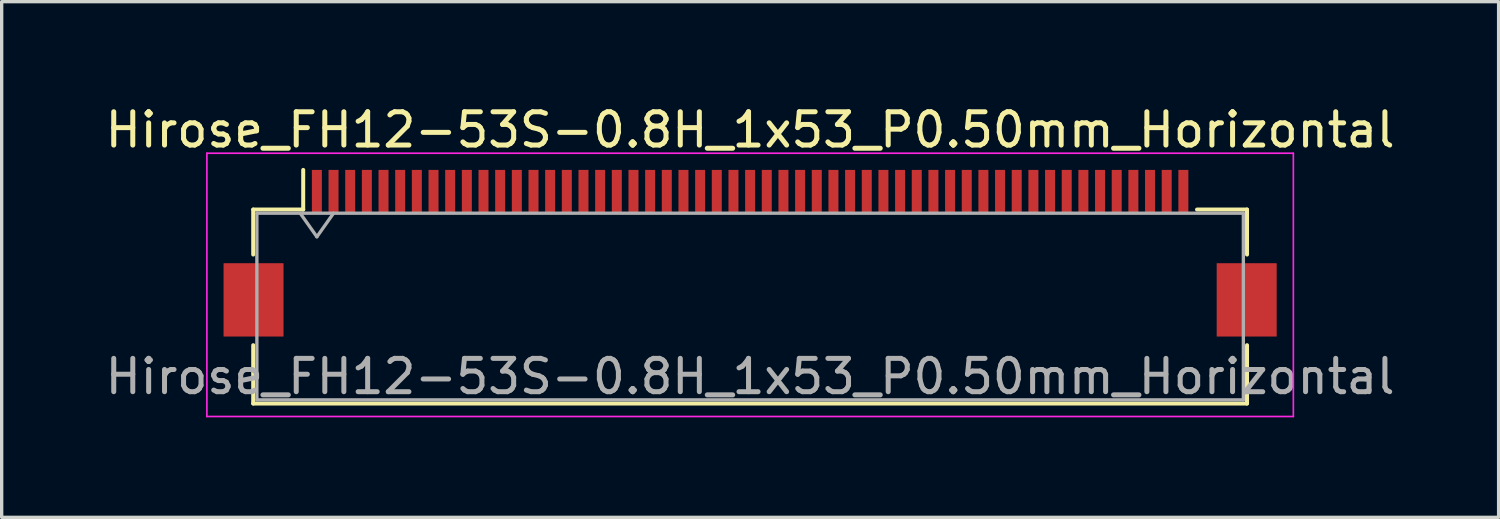
<source format=kicad_pcb>
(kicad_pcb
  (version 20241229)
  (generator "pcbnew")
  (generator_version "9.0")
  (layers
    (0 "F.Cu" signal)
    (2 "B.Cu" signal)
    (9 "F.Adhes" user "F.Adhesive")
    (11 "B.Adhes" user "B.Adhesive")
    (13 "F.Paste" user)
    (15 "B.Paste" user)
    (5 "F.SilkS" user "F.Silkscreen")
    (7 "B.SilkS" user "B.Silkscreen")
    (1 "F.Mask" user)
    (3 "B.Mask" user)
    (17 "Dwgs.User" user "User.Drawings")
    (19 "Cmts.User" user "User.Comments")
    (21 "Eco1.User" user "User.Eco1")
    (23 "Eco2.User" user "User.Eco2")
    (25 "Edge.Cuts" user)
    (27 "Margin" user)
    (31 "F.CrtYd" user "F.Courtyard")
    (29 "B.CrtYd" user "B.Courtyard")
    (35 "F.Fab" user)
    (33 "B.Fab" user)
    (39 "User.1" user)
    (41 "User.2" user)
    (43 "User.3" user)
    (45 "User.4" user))
  (footprint "Hirose_FH12-53S-0.8H_1x53_P0.50mm_Horizontal"
    (layer "F.Cu")
    (at 19.458 4.548)
    (property "Reference" "Hirose_FH12-53S-0.8H_1x53_P0.50mm_Horizontal" (at 0 -3.7 0) (layer "F.SilkS") (effects (font (size 1 1) (thickness 0.15))))
    (attr smd)
    (fp_line (start -14.91 -1.31) (end -13.41 -1.31) (stroke (width 0.12) (type solid)) (layer "F.SilkS"))
    (fp_line (start -14.91 0.04) (end -14.91 -1.31) (stroke (width 0.12) (type solid)) (layer "F.SilkS"))
    (fp_line (start -14.91 2.76) (end -14.91 4.51) (stroke (width 0.12) (type solid)) (layer "F.SilkS"))
    (fp_line (start -14.91 4.51) (end 14.91 4.51) (stroke (width 0.12) (type solid)) (layer "F.SilkS"))
    (fp_line (start -13.41 -1.31) (end -13.41 -2.5) (stroke (width 0.12) (type solid)) (layer "F.SilkS"))
    (fp_line (start 14.91 -1.31) (end 13.41 -1.31) (stroke (width 0.12) (type solid)) (layer "F.SilkS"))
    (fp_line (start 14.91 0.04) (end 14.91 -1.31) (stroke (width 0.12) (type solid)) (layer "F.SilkS"))
    (fp_line (start 14.91 4.51) (end 14.91 2.76) (stroke (width 0.12) (type solid)) (layer "F.SilkS"))
    (fp_line (start -16.3 -3) (end -16.3 4.9) (stroke (width 0.05) (type solid)) (layer "F.CrtYd"))
    (fp_line (start -16.3 4.9) (end 16.3 4.9) (stroke (width 0.05) (type solid)) (layer "F.CrtYd"))
    (fp_line (start 16.3 -3) (end -16.3 -3) (stroke (width 0.05) (type solid)) (layer "F.CrtYd"))
    (fp_line (start 16.3 4.9) (end 16.3 -3) (stroke (width 0.05) (type solid)) (layer "F.CrtYd"))
    (fp_line (start -14.8 -1.2) (end -14.8 4.4) (stroke (width 0.1) (type solid)) (layer "F.Fab"))
    (fp_line (start -14.8 -1.2) (end 14.8 -1.2) (stroke (width 0.1) (type solid)) (layer "F.Fab"))
    (fp_line (start -14.8 4.4) (end 14.8 4.4) (stroke (width 0.1) (type solid)) (layer "F.Fab"))
    (fp_line (start -13.5 -1.2) (end -13 -0.493) (stroke (width 0.1) (type solid)) (layer "F.Fab"))
    (fp_line (start -13 -0.493) (end -12.5 -1.2) (stroke (width 0.1) (type solid)) (layer "F.Fab"))
    (fp_line (start 14.8 -1.2) (end 14.8 4.4) (stroke (width 0.1) (type solid)) (layer "F.Fab"))
    (fp_text user "${REFERENCE}" (at 0 3.7 0) (layer "F.Fab") (effects (font (size 1 1) (thickness 0.15))))
    (pad "" smd rect (at -14.9 1.4) (size 1.8 2.2) (layers "F.Cu" "F.Mask" "F.Paste"))
    (pad "" smd rect (at 14.9 1.4) (size 1.8 2.2) (layers "F.Cu" "F.Mask" "F.Paste"))
    (pad "1" smd rect (at -13 -1.85) (size 0.3 1.3) (layers "F.Cu" "F.Mask" "F.Paste"))
    (pad "2" smd rect (at -12.5 -1.85) (size 0.3 1.3) (layers "F.Cu" "F.Mask" "F.Paste"))
    (pad "3" smd rect (at -12 -1.85) (size 0.3 1.3) (layers "F.Cu" "F.Mask" "F.Paste"))
    (pad "4" smd rect (at -11.5 -1.85) (size 0.3 1.3) (layers "F.Cu" "F.Mask" "F.Paste"))
    (pad "5" smd rect (at -11 -1.85) (size 0.3 1.3) (layers "F.Cu" "F.Mask" "F.Paste"))
    (pad "6" smd rect (at -10.5 -1.85) (size 0.3 1.3) (layers "F.Cu" "F.Mask" "F.Paste"))
    (pad "7" smd rect (at -10 -1.85) (size 0.3 1.3) (layers "F.Cu" "F.Mask" "F.Paste"))
    (pad "8" smd rect (at -9.5 -1.85) (size 0.3 1.3) (layers "F.Cu" "F.Mask" "F.Paste"))
    (pad "9" smd rect (at -9 -1.85) (size 0.3 1.3) (layers "F.Cu" "F.Mask" "F.Paste"))
    (pad "10" smd rect (at -8.5 -1.85) (size 0.3 1.3) (layers "F.Cu" "F.Mask" "F.Paste"))
    (pad "11" smd rect (at -8 -1.85) (size 0.3 1.3) (layers "F.Cu" "F.Mask" "F.Paste"))
    (pad "12" smd rect (at -7.5 -1.85) (size 0.3 1.3) (layers "F.Cu" "F.Mask" "F.Paste"))
    (pad "13" smd rect (at -7 -1.85) (size 0.3 1.3) (layers "F.Cu" "F.Mask" "F.Paste"))
    (pad "14" smd rect (at -6.5 -1.85) (size 0.3 1.3) (layers "F.Cu" "F.Mask" "F.Paste"))
    (pad "15" smd rect (at -6 -1.85) (size 0.3 1.3) (layers "F.Cu" "F.Mask" "F.Paste"))
    (pad "16" smd rect (at -5.5 -1.85) (size 0.3 1.3) (layers "F.Cu" "F.Mask" "F.Paste"))
    (pad "17" smd rect (at -5 -1.85) (size 0.3 1.3) (layers "F.Cu" "F.Mask" "F.Paste"))
    (pad "18" smd rect (at -4.5 -1.85) (size 0.3 1.3) (layers "F.Cu" "F.Mask" "F.Paste"))
    (pad "19" smd rect (at -4 -1.85) (size 0.3 1.3) (layers "F.Cu" "F.Mask" "F.Paste"))
    (pad "20" smd rect (at -3.5 -1.85) (size 0.3 1.3) (layers "F.Cu" "F.Mask" "F.Paste"))
    (pad "21" smd rect (at -3 -1.85) (size 0.3 1.3) (layers "F.Cu" "F.Mask" "F.Paste"))
    (pad "22" smd rect (at -2.5 -1.85) (size 0.3 1.3) (layers "F.Cu" "F.Mask" "F.Paste"))
    (pad "23" smd rect (at -2 -1.85) (size 0.3 1.3) (layers "F.Cu" "F.Mask" "F.Paste"))
    (pad "24" smd rect (at -1.5 -1.85) (size 0.3 1.3) (layers "F.Cu" "F.Mask" "F.Paste"))
    (pad "25" smd rect (at -1 -1.85) (size 0.3 1.3) (layers "F.Cu" "F.Mask" "F.Paste"))
    (pad "26" smd rect (at -0.5 -1.85) (size 0.3 1.3) (layers "F.Cu" "F.Mask" "F.Paste"))
    (pad "27" smd rect (at 0 -1.85) (size 0.3 1.3) (layers "F.Cu" "F.Mask" "F.Paste"))
    (pad "28" smd rect (at 0.5 -1.85) (size 0.3 1.3) (layers "F.Cu" "F.Mask" "F.Paste"))
    (pad "29" smd rect (at 1 -1.85) (size 0.3 1.3) (layers "F.Cu" "F.Mask" "F.Paste"))
    (pad "30" smd rect (at 1.5 -1.85) (size 0.3 1.3) (layers "F.Cu" "F.Mask" "F.Paste"))
    (pad "31" smd rect (at 2 -1.85) (size 0.3 1.3) (layers "F.Cu" "F.Mask" "F.Paste"))
    (pad "32" smd rect (at 2.5 -1.85) (size 0.3 1.3) (layers "F.Cu" "F.Mask" "F.Paste"))
    (pad "33" smd rect (at 3 -1.85) (size 0.3 1.3) (layers "F.Cu" "F.Mask" "F.Paste"))
    (pad "34" smd rect (at 3.5 -1.85) (size 0.3 1.3) (layers "F.Cu" "F.Mask" "F.Paste"))
    (pad "35" smd rect (at 4 -1.85) (size 0.3 1.3) (layers "F.Cu" "F.Mask" "F.Paste"))
    (pad "36" smd rect (at 4.5 -1.85) (size 0.3 1.3) (layers "F.Cu" "F.Mask" "F.Paste"))
    (pad "37" smd rect (at 5 -1.85) (size 0.3 1.3) (layers "F.Cu" "F.Mask" "F.Paste"))
    (pad "38" smd rect (at 5.5 -1.85) (size 0.3 1.3) (layers "F.Cu" "F.Mask" "F.Paste"))
    (pad "39" smd rect (at 6 -1.85) (size 0.3 1.3) (layers "F.Cu" "F.Mask" "F.Paste"))
    (pad "40" smd rect (at 6.5 -1.85) (size 0.3 1.3) (layers "F.Cu" "F.Mask" "F.Paste"))
    (pad "41" smd rect (at 7 -1.85) (size 0.3 1.3) (layers "F.Cu" "F.Mask" "F.Paste"))
    (pad "42" smd rect (at 7.5 -1.85) (size 0.3 1.3) (layers "F.Cu" "F.Mask" "F.Paste"))
    (pad "43" smd rect (at 8 -1.85) (size 0.3 1.3) (layers "F.Cu" "F.Mask" "F.Paste"))
    (pad "44" smd rect (at 8.5 -1.85) (size 0.3 1.3) (layers "F.Cu" "F.Mask" "F.Paste"))
    (pad "45" smd rect (at 9 -1.85) (size 0.3 1.3) (layers "F.Cu" "F.Mask" "F.Paste"))
    (pad "46" smd rect (at 9.5 -1.85) (size 0.3 1.3) (layers "F.Cu" "F.Mask" "F.Paste"))
    (pad "47" smd rect (at 10 -1.85) (size 0.3 1.3) (layers "F.Cu" "F.Mask" "F.Paste"))
    (pad "48" smd rect (at 10.5 -1.85) (size 0.3 1.3) (layers "F.Cu" "F.Mask" "F.Paste"))
    (pad "49" smd rect (at 11 -1.85) (size 0.3 1.3) (layers "F.Cu" "F.Mask" "F.Paste"))
    (pad "50" smd rect (at 11.5 -1.85) (size 0.3 1.3) (layers "F.Cu" "F.Mask" "F.Paste"))
    (pad "51" smd rect (at 12 -1.85) (size 0.3 1.3) (layers "F.Cu" "F.Mask" "F.Paste"))
    (pad "52" smd rect (at 12.5 -1.85) (size 0.3 1.3) (layers "F.Cu" "F.Mask" "F.Paste"))
    (pad "53" smd rect (at 13 -1.85) (size 0.3 1.3) (layers "F.Cu" "F.Mask" "F.Paste")))
  (gr_rect
    (start -3 -3)
    (end 41.917 12.473)
    (stroke (width 0.1) (type default))
    (fill no)
    (layer "Edge.Cuts")))
</source>
